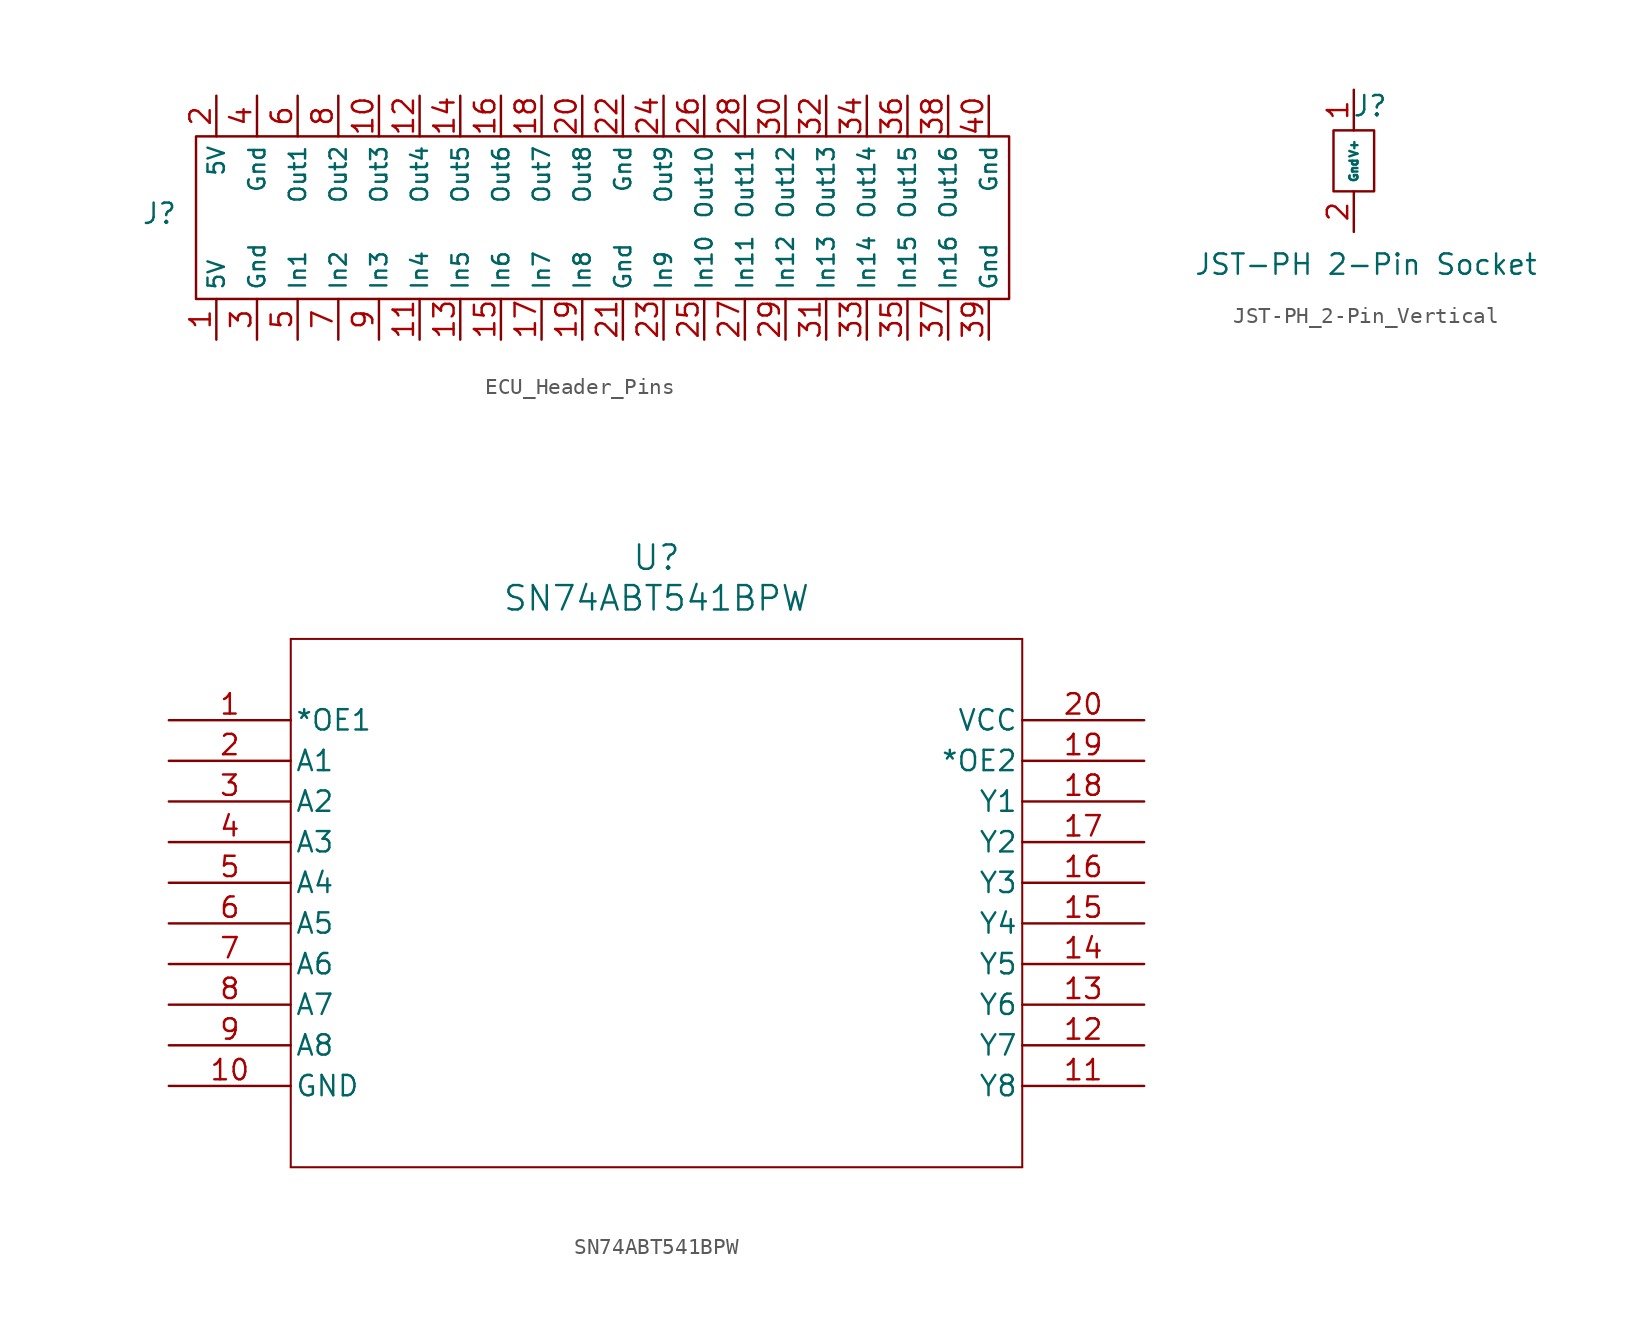
<source format=kicad_sym>
(kicad_symbol_lib
  (version 20231120)
  (generator "kicad_symbol_editor")
  (generator_version "8.0")
  (symbol "ECU_Header_Pins"
    (property "Reference" "J"
      (at -27.686 0.254 0)
      (effects (font (size 1.27 1.27))))
    (property "Value" ""
      (at 0 0 0)
      (effects (font (size 1.27 1.27))))
    (symbol "ECU_Header_Pins_0_1"
      (rectangle (start -25.4 5.08) (end 25.4 -5.08) (stroke (width 0) (type default)) (fill (type none))))
    (symbol "ECU_Header_Pins_1_1"
      (pin output line (at -24.13 -7.62 90) (length 2.54) (name "5V" (effects (font (size 1.016 1.016)))) (number "1" (effects (font (size 1.27 1.27)))))
      (pin output line (at -13.97 7.62 270) (length 2.54) (name "Out3" (effects (font (size 1.016 1.016)))) (number "10" (effects (font (size 1.27 1.27)))))
      (pin input line (at -11.43 -7.62 90) (length 2.54) (name "In4" (effects (font (size 1.016 1.016)))) (number "11" (effects (font (size 1.27 1.27)))))
      (pin output line (at -11.43 7.62 270) (length 2.54) (name "Out4" (effects (font (size 1.016 1.016)))) (number "12" (effects (font (size 1.27 1.27)))))
      (pin input line (at -8.89 -7.62 90) (length 2.54) (name "In5" (effects (font (size 1.016 1.016)))) (number "13" (effects (font (size 1.27 1.27)))))
      (pin output line (at -8.89 7.62 270) (length 2.54) (name "Out5" (effects (font (size 1.016 1.016)))) (number "14" (effects (font (size 1.27 1.27)))))
      (pin input line (at -6.35 -7.62 90) (length 2.54) (name "In6" (effects (font (size 1.016 1.016)))) (number "15" (effects (font (size 1.27 1.27)))))
      (pin output line (at -6.35 7.62 270) (length 2.54) (name "Out6" (effects (font (size 1.016 1.016)))) (number "16" (effects (font (size 1.27 1.27)))))
      (pin output line (at -3.81 -7.62 90) (length 2.54) (name "In7" (effects (font (size 1.016 1.016)))) (number "17" (effects (font (size 1.27 1.27)))))
      (pin output line (at -3.81 7.62 270) (length 2.54) (name "Out7" (effects (font (size 1.016 1.016)))) (number "18" (effects (font (size 1.27 1.27)))))
      (pin input line (at -1.27 -7.62 90) (length 2.54) (name "In8" (effects (font (size 1.016 1.016)))) (number "19" (effects (font (size 1.27 1.27)))))
      (pin output line (at -24.13 7.62 270) (length 2.54) (name "5V" (effects (font (size 1.016 1.016)))) (number "2" (effects (font (size 1.27 1.27)))))
      (pin output line (at -1.27 7.62 270) (length 2.54) (name "Out8" (effects (font (size 1.016 1.016)))) (number "20" (effects (font (size 1.27 1.27)))))
      (pin output line (at 1.27 -7.62 90) (length 2.54) (name "Gnd" (effects (font (size 1.016 1.016)))) (number "21" (effects (font (size 1.27 1.27)))))
      (pin output line (at 1.27 7.62 270) (length 2.54) (name "Gnd" (effects (font (size 1.016 1.016)))) (number "22" (effects (font (size 1.27 1.27)))))
      (pin input line (at 3.81 -7.62 90) (length 2.54) (name "In9" (effects (font (size 1.016 1.016)))) (number "23" (effects (font (size 1.27 1.27)))))
      (pin output line (at 3.81 7.62 270) (length 2.54) (name "Out9" (effects (font (size 1.016 1.016)))) (number "24" (effects (font (size 1.27 1.27)))))
      (pin input line (at 6.35 -7.62 90) (length 2.54) (name "In10" (effects (font (size 1.016 1.016)))) (number "25" (effects (font (size 1.27 1.27)))))
      (pin output line (at 6.35 7.62 270) (length 2.54) (name "Out10" (effects (font (size 1.016 1.016)))) (number "26" (effects (font (size 1.27 1.27)))))
      (pin input line (at 8.89 -7.62 90) (length 2.54) (name "In11" (effects (font (size 1.016 1.016)))) (number "27" (effects (font (size 1.27 1.27)))))
      (pin output line (at 8.89 7.62 270) (length 2.54) (name "Out11" (effects (font (size 1.016 1.016)))) (number "28" (effects (font (size 1.27 1.27)))))
      (pin input line (at 11.43 -7.62 90) (length 2.54) (name "In12" (effects (font (size 1.016 1.016)))) (number "29" (effects (font (size 1.27 1.27)))))
      (pin output line (at -21.59 -7.62 90) (length 2.54) (name "Gnd" (effects (font (size 1.016 1.016)))) (number "3" (effects (font (size 1.27 1.27)))))
      (pin output line (at 11.43 7.62 270) (length 2.54) (name "Out12" (effects (font (size 1.016 1.016)))) (number "30" (effects (font (size 1.27 1.27)))))
      (pin input line (at 13.97 -7.62 90) (length 2.54) (name "In13" (effects (font (size 1.016 1.016)))) (number "31" (effects (font (size 1.27 1.27)))))
      (pin output line (at 13.97 7.62 270) (length 2.54) (name "Out13" (effects (font (size 1.016 1.016)))) (number "32" (effects (font (size 1.27 1.27)))))
      (pin input line (at 16.51 -7.62 90) (length 2.54) (name "In14" (effects (font (size 1.016 1.016)))) (number "33" (effects (font (size 1.27 1.27)))))
      (pin output line (at 16.51 7.62 270) (length 2.54) (name "Out14" (effects (font (size 1.016 1.016)))) (number "34" (effects (font (size 1.27 1.27)))))
      (pin input line (at 19.05 -7.62 90) (length 2.54) (name "In15" (effects (font (size 1.016 1.016)))) (number "35" (effects (font (size 1.27 1.27)))))
      (pin output line (at 19.05 7.62 270) (length 2.54) (name "Out15" (effects (font (size 1.016 1.016)))) (number "36" (effects (font (size 1.27 1.27)))))
      (pin input line (at 21.59 -7.62 90) (length 2.54) (name "In16" (effects (font (size 1.016 1.016)))) (number "37" (effects (font (size 1.27 1.27)))))
      (pin output line (at 21.59 7.62 270) (length 2.54) (name "Out16" (effects (font (size 1.016 1.016)))) (number "38" (effects (font (size 1.27 1.27)))))
      (pin output line (at 24.13 -7.62 90) (length 2.54) (name "Gnd" (effects (font (size 1.016 1.016)))) (number "39" (effects (font (size 1.27 1.27)))))
      (pin output line (at -21.59 7.62 270) (length 2.54) (name "Gnd" (effects (font (size 1.016 1.016)))) (number "4" (effects (font (size 1.27 1.27)))))
      (pin output line (at 24.13 7.62 270) (length 2.54) (name "Gnd" (effects (font (size 1.016 1.016)))) (number "40" (effects (font (size 1.27 1.27)))))
      (pin input line (at -19.05 -7.62 90) (length 2.54) (name "In1" (effects (font (size 1.016 1.016)))) (number "5" (effects (font (size 1.27 1.27)))))
      (pin output line (at -19.05 7.62 270) (length 2.54) (name "Out1" (effects (font (size 1.016 1.016)))) (number "6" (effects (font (size 1.27 1.27)))))
      (pin input line (at -16.51 -7.62 90) (length 2.54) (name "In2" (effects (font (size 1.016 1.016)))) (number "7" (effects (font (size 1.27 1.27)))))
      (pin output line (at -16.51 7.62 270) (length 2.54) (name "Out2" (effects (font (size 1.016 1.016)))) (number "8" (effects (font (size 1.27 1.27)))))
      (pin input line (at -13.97 -7.62 90) (length 2.54) (name "In3" (effects (font (size 1.016 1.016)))) (number "9" (effects (font (size 1.27 1.27)))))))
  (symbol "JST-PH_2-Pin_Vertical"
    (property "Reference" "J"
      (at 1.016 2.794 0)
      (effects (font (size 1.27 1.27))))
    (property "Value" "JST-PH 2-Pin Socket"
      (at 0.762 -7.112 0)
      (effects (font (size 1.27 1.27))))
    (symbol "JST-PH_2-Pin_Vertical_0_1"
      (rectangle (start -1.27 1.27) (end 1.27 -2.54) (stroke (width 0) (type default)) (fill (type none))))
    (symbol "JST-PH_2-Pin_Vertical_1_1"
      (pin bidirectional line (at 0 3.81 270) (length 2.54) (name "V+" (effects (font (size 0.508 0.508)))) (number "1" (effects (font (size 1.27 1.27)))))
      (pin bidirectional line (at 0 -5.08 90) (length 2.54) (name "Gnd" (effects (font (size 0.508 0.508)))) (number "2" (effects (font (size 1.27 1.27)))))))
  (symbol "SN74ABT541BPW"
    (pin_names
      (offset 0.254))
    (property "Reference" "U"
      (at 30.48 10.16 0)
      (effects (font (size 1.524 1.524))))
    (property "Value" "SN74ABT541BPW"
      (at 30.48 7.62 0)
      (effects (font (size 1.524 1.524))))
    (symbol "SN74ABT541BPW_0_1"
      (polyline (pts (xy 7.62 -27.94) (xy 53.34 -27.94)) (stroke (width 0.127) (type default)) (fill (type none)))
      (polyline (pts (xy 7.62 5.08) (xy 7.62 -27.94)) (stroke (width 0.127) (type default)) (fill (type none)))
      (polyline (pts (xy 53.34 -27.94) (xy 53.34 5.08)) (stroke (width 0.127) (type default)) (fill (type none)))
      (polyline (pts (xy 53.34 5.08) (xy 7.62 5.08)) (stroke (width 0.127) (type default)) (fill (type none)))
      (pin input line (at 0 0 0) (length 7.62) (name "*OE1" (effects (font (size 1.27 1.27)))) (number "1" (effects (font (size 1.27 1.27)))))
      (pin power_in line (at 0 -22.86 0) (length 7.62) (name "GND" (effects (font (size 1.27 1.27)))) (number "10" (effects (font (size 1.27 1.27)))))
      (pin output line (at 60.96 -22.86 180) (length 7.62) (name "Y8" (effects (font (size 1.27 1.27)))) (number "11" (effects (font (size 1.27 1.27)))))
      (pin output line (at 60.96 -20.32 180) (length 7.62) (name "Y7" (effects (font (size 1.27 1.27)))) (number "12" (effects (font (size 1.27 1.27)))))
      (pin output line (at 60.96 -17.78 180) (length 7.62) (name "Y6" (effects (font (size 1.27 1.27)))) (number "13" (effects (font (size 1.27 1.27)))))
      (pin output line (at 60.96 -15.24 180) (length 7.62) (name "Y5" (effects (font (size 1.27 1.27)))) (number "14" (effects (font (size 1.27 1.27)))))
      (pin output line (at 60.96 -12.7 180) (length 7.62) (name "Y4" (effects (font (size 1.27 1.27)))) (number "15" (effects (font (size 1.27 1.27)))))
      (pin output line (at 60.96 -10.16 180) (length 7.62) (name "Y3" (effects (font (size 1.27 1.27)))) (number "16" (effects (font (size 1.27 1.27)))))
      (pin output line (at 60.96 -7.62 180) (length 7.62) (name "Y2" (effects (font (size 1.27 1.27)))) (number "17" (effects (font (size 1.27 1.27)))))
      (pin output line (at 60.96 -5.08 180) (length 7.62) (name "Y1" (effects (font (size 1.27 1.27)))) (number "18" (effects (font (size 1.27 1.27)))))
      (pin input line (at 60.96 -2.54 180) (length 7.62) (name "*OE2" (effects (font (size 1.27 1.27)))) (number "19" (effects (font (size 1.27 1.27)))))
      (pin input line (at 0 -2.54 0) (length 7.62) (name "A1" (effects (font (size 1.27 1.27)))) (number "2" (effects (font (size 1.27 1.27)))))
      (pin power_in line (at 60.96 0 180) (length 7.62) (name "VCC" (effects (font (size 1.27 1.27)))) (number "20" (effects (font (size 1.27 1.27)))))
      (pin input line (at 0 -5.08 0) (length 7.62) (name "A2" (effects (font (size 1.27 1.27)))) (number "3" (effects (font (size 1.27 1.27)))))
      (pin input line (at 0 -7.62 0) (length 7.62) (name "A3" (effects (font (size 1.27 1.27)))) (number "4" (effects (font (size 1.27 1.27)))))
      (pin input line (at 0 -10.16 0) (length 7.62) (name "A4" (effects (font (size 1.27 1.27)))) (number "5" (effects (font (size 1.27 1.27)))))
      (pin input line (at 0 -12.7 0) (length 7.62) (name "A5" (effects (font (size 1.27 1.27)))) (number "6" (effects (font (size 1.27 1.27)))))
      (pin input line (at 0 -15.24 0) (length 7.62) (name "A6" (effects (font (size 1.27 1.27)))) (number "7" (effects (font (size 1.27 1.27)))))
      (pin input line (at 0 -17.78 0) (length 7.62) (name "A7" (effects (font (size 1.27 1.27)))) (number "8" (effects (font (size 1.27 1.27)))))
      (pin input line (at 0 -20.32 0) (length 7.62) (name "A8" (effects (font (size 1.27 1.27)))) (number "9" (effects (font (size 1.27 1.27))))))))
</source>
